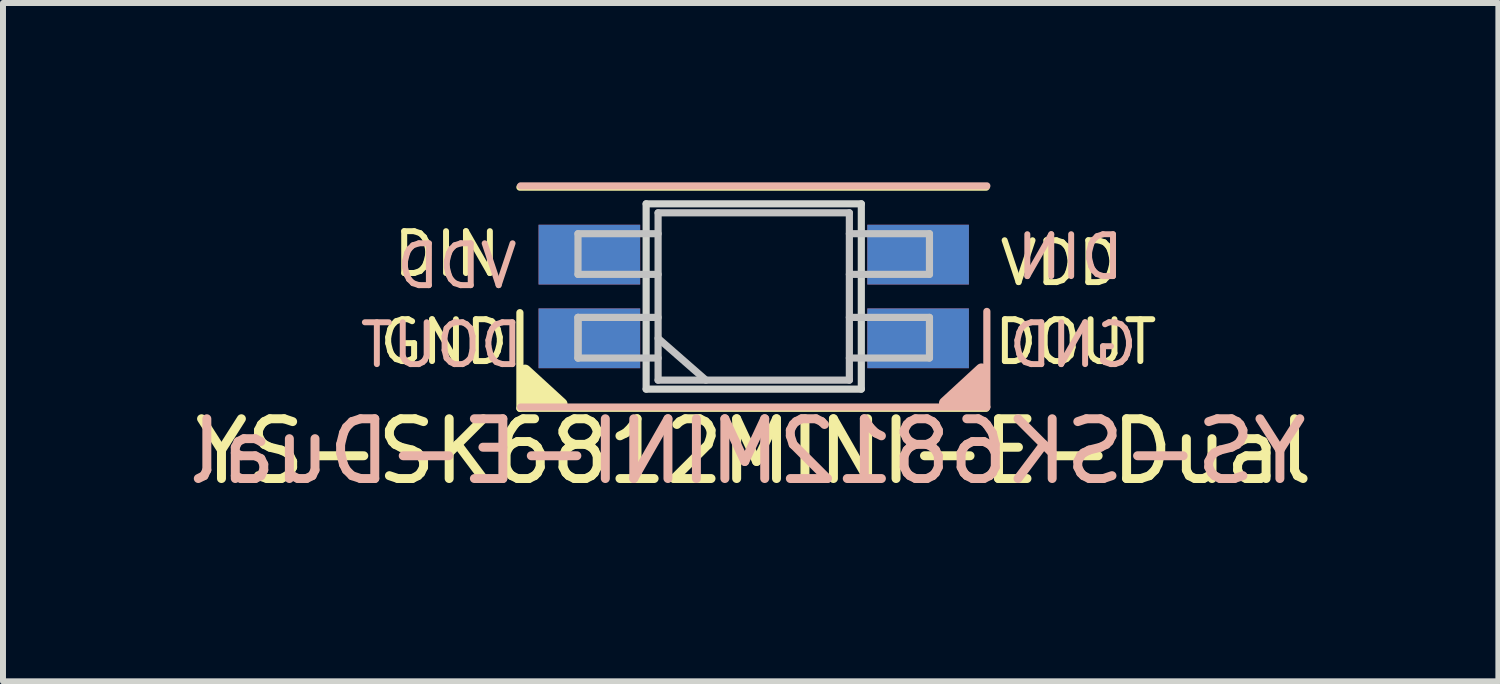
<source format=kicad_pcb>
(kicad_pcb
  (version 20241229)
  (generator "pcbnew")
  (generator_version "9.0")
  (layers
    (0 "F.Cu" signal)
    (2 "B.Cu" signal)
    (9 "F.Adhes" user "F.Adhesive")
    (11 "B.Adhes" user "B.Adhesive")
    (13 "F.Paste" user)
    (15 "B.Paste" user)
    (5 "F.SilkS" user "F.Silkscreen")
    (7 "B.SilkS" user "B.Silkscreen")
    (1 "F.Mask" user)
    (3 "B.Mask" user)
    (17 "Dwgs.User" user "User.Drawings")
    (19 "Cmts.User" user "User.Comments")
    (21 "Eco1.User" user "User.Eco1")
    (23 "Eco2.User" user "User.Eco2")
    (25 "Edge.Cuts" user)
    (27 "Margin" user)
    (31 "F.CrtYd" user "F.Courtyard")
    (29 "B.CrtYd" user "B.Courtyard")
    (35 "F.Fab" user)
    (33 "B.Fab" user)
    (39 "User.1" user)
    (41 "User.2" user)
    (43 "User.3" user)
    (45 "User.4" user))
  (footprint "YS-SK6812MINI-E-Dual"
    (layer "F.Cu")
    (at 9.56 1.91)
    (property "Reference" "YS-SK6812MINI-E-Dual" (at 0 2.591 0) (unlocked yes) (layer "F.SilkS") (effects (font (size 1 1) (thickness 0.15))))
    (attr through_hole)
    (fp_line (start -3.912 0.271) (end -3.912 1.871) (stroke (width 0.12) (type solid)) (layer "F.SilkS"))
    (fp_line (start -3.912 1.871) (end 3.888 1.871) (stroke (width 0.12) (type solid)) (layer "F.SilkS"))
    (fp_line (start 3.888 -1.829) (end -3.912 -1.829) (stroke (width 0.12) (type solid)) (layer "F.SilkS"))
    (fp_poly (pts (xy -3.215 1.799) (xy -3.825 1.799) (xy -3.825 1.24)) (stroke (width 0.2) (type solid)) (fill yes) (layer "F.SilkS"))
    (fp_line (start -3.9 -1.85) (end 3.9 -1.85) (stroke (width 0.12) (type solid)) (layer "B.SilkS"))
    (fp_line (start 3.9 0.25) (end 3.9 1.85) (stroke (width 0.12) (type solid)) (layer "B.SilkS"))
    (fp_line (start 3.9 1.85) (end -3.9 1.85) (stroke (width 0.12) (type solid)) (layer "B.SilkS"))
    (fp_poly (pts (xy 3.199 1.783) (xy 3.82 1.783) (xy 3.81 1.22)) (stroke (width 0.2) (type solid)) (fill yes) (layer "B.SilkS"))
    (fp_line (start -2.94 -1.05) (end -2.94 -0.37) (stroke (width 0.12) (type solid)) (layer "Dwgs.User"))
    (fp_line (start -2.94 -0.37) (end -1.6 -0.37) (stroke (width 0.12) (type solid)) (layer "Dwgs.User"))
    (fp_line (start -2.94 0.35) (end -2.94 1.03) (stroke (width 0.12) (type solid)) (layer "Dwgs.User"))
    (fp_line (start -2.94 1.03) (end -2.94 0.35) (stroke (width 0.12) (type solid)) (layer "Dwgs.User"))
    (fp_line (start -2.94 1.03) (end -1.6 1.03) (stroke (width 0.12) (type solid)) (layer "Dwgs.User"))
    (fp_line (start -1.6 -1.4) (end -1.6 1.4) (stroke (width 0.12) (type solid)) (layer "Dwgs.User"))
    (fp_line (start -1.6 -1.4) (end 1.6 -1.4) (stroke (width 0.12) (type solid)) (layer "Dwgs.User"))
    (fp_line (start -1.6 -1.05) (end -2.94 -1.05) (stroke (width 0.12) (type solid)) (layer "Dwgs.User"))
    (fp_line (start -1.6 0.35) (end -2.94 0.35) (stroke (width 0.12) (type solid)) (layer "Dwgs.User"))
    (fp_line (start -1.6 0.7) (end -0.8 1.4) (stroke (width 0.12) (type solid)) (layer "Dwgs.User"))
    (fp_line (start -1.6 1.4) (end 1.6 1.4) (stroke (width 0.12) (type solid)) (layer "Dwgs.User"))
    (fp_line (start 1.6 -1.4) (end 1.6 1.4) (stroke (width 0.12) (type solid)) (layer "Dwgs.User"))
    (fp_line (start 1.6 -0.37) (end 2.94 -0.37) (stroke (width 0.12) (type solid)) (layer "Dwgs.User"))
    (fp_line (start 1.6 1.03) (end 2.94 1.03) (stroke (width 0.12) (type solid)) (layer "Dwgs.User"))
    (fp_line (start 2.94 -1.05) (end 1.6 -1.05) (stroke (width 0.12) (type solid)) (layer "Dwgs.User"))
    (fp_line (start 2.94 -0.37) (end 2.94 -1.05) (stroke (width 0.12) (type solid)) (layer "Dwgs.User"))
    (fp_line (start 2.94 0.35) (end 1.6 0.35) (stroke (width 0.12) (type solid)) (layer "Dwgs.User"))
    (fp_line (start 2.94 1.03) (end 2.94 0.35) (stroke (width 0.12) (type solid)) (layer "Dwgs.User"))
    (fp_line (start -1.8 -1.55) (end -1.8 1.55) (stroke (width 0.12) (type solid)) (layer "Edge.Cuts"))
    (fp_line (start -1.8 1.55) (end 1.8 1.55) (stroke (width 0.12) (type solid)) (layer "Edge.Cuts"))
    (fp_line (start 1.8 -1.55) (end -1.8 -1.55) (stroke (width 0.12) (type solid)) (layer "Edge.Cuts"))
    (fp_line (start 1.8 1.55) (end 1.8 -1.55) (stroke (width 0.12) (type solid)) (layer "Edge.Cuts"))
    (fp_text user "DIN" (at -5.131 -0.711 0) (unlocked yes) (layer "F.SilkS") (effects (font (size 0.7 0.7) (thickness 0.1))))
    (fp_text user "GND" (at -5.182 0.762 0) (unlocked yes) (layer "F.SilkS") (effects (font (size 0.7 0.7) (thickness 0.1))))
    (fp_text user "DOUT" (at 5.385 0.762 0) (unlocked yes) (layer "F.SilkS") (effects (font (size 0.7 0.7) (thickness 0.1))))
    (fp_text user "VDD" (at 5.131 -0.559 0) (unlocked yes) (layer "F.SilkS") (effects (font (size 0.7 0.7) (thickness 0.1))))
    (fp_text user "VDD" (at -4.968 -0.508 0) (unlocked yes) (layer "B.SilkS") (effects (font (size 0.7 0.7) (thickness 0.1)) (justify mirror)))
    (fp_text user "${REFERENCE}" (at -0.102 2.591 0) (unlocked yes) (layer "B.SilkS") (effects (font (size 1 1) (thickness 0.15)) (justify mirror)))
    (fp_text user "DOUT" (at -5.222 0.813 0) (unlocked yes) (layer "B.SilkS") (effects (font (size 0.7 0.7) (thickness 0.1)) (justify mirror)))
    (fp_text user "DIN" (at 5.294 -0.66 0) (unlocked yes) (layer "B.SilkS") (effects (font (size 0.7 0.7) (thickness 0.1)) (justify mirror)))
    (fp_text user "GND" (at 5.344 0.813 0) (unlocked yes) (layer "B.SilkS") (effects (font (size 0.7 0.7) (thickness 0.1)) (justify mirror)))
    (pad "1" smd rect (at -2.75 -0.7) (size 1.7 1) (layers "B.Cu" "B.Mask" "B.Paste"))
    (pad "1" smd rect (at 2.75 -0.7) (size 1.7 1) (layers "F.Cu" "F.Mask" "F.Paste"))
    (pad "2" smd rect (at -2.75 0.7) (size 1.7 1) (layers "B.Cu" "B.Mask" "B.Paste"))
    (pad "2" smd rect (at 2.75 0.7) (size 1.7 1) (layers "F.Cu" "F.Mask" "F.Paste"))
    (pad "3" smd rect (at -2.75 0.7) (size 1.7 1) (layers "F.Cu" "F.Mask" "F.Paste"))
    (pad "3" smd rect (at 2.75 0.7) (size 1.7 1) (layers "B.Cu" "B.Mask" "B.Paste"))
    (pad "4" smd rect (at -2.75 -0.7) (size 1.7 1) (layers "F.Cu" "F.Mask" "F.Paste"))
    (pad "4" smd rect (at 2.75 -0.7) (size 1.7 1) (layers "B.Cu" "B.Mask" "B.Paste")))
  (gr_rect
    (start -3 -3)
    (end 22.018 8.349)
    (stroke (width 0.1) (type default))
    (fill no)
    (layer "Edge.Cuts")))
</source>
